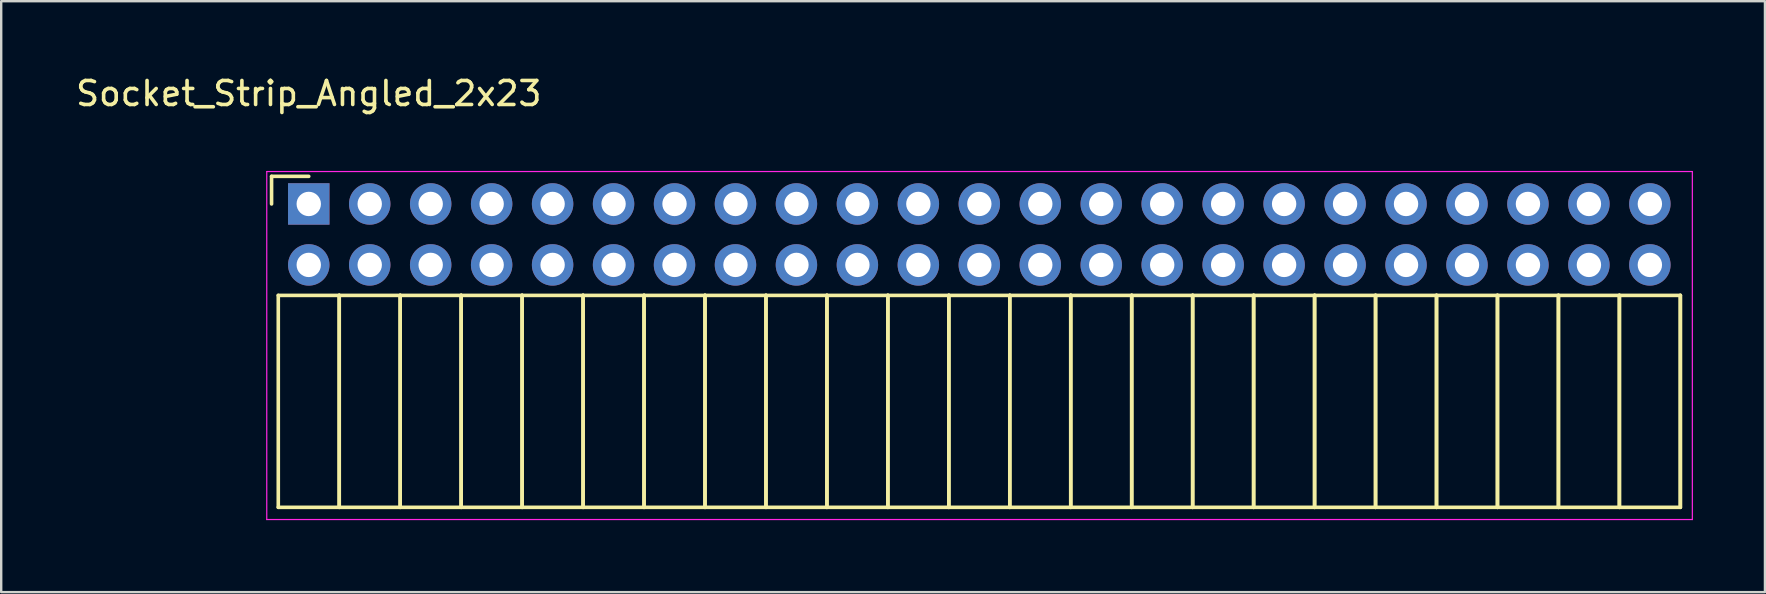
<source format=kicad_pcb>
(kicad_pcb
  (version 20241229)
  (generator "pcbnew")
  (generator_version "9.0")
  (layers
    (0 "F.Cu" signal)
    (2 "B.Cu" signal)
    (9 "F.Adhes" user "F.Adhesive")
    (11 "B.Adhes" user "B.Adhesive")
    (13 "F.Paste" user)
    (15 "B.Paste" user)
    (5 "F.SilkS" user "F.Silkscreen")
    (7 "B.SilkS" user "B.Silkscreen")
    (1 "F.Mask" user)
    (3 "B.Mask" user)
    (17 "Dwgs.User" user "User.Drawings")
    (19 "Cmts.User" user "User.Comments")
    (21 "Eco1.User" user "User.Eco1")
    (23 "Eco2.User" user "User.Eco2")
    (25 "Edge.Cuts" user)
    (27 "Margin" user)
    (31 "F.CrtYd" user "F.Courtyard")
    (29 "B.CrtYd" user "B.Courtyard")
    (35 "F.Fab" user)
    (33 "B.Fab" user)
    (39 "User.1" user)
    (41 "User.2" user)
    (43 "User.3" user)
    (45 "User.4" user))
  (footprint "Socket_Strip_Angled_2x23"
    (layer "F.Cu")
    (at 9.815 5.448)
    (property "Reference" "Socket_Strip_Angled_2x23" (at 0 -4.6 0) (layer "F.SilkS") (effects (font (size 1 1) (thickness 0.15))))
    (attr through_hole)
    (fp_line (start -1.55 -1.15) (end -1.55 0) (stroke (width 0.15) (type solid)) (layer "F.SilkS"))
    (fp_line (start -1.27 3.81) (end -1.27 12.64) (stroke (width 0.15) (type solid)) (layer "F.SilkS"))
    (fp_line (start -1.27 3.81) (end 1.27 3.81) (stroke (width 0.15) (type solid)) (layer "F.SilkS"))
    (fp_line (start -1.27 12.64) (end 1.27 12.64) (stroke (width 0.15) (type solid)) (layer "F.SilkS"))
    (fp_line (start 0 -1.15) (end -1.55 -1.15) (stroke (width 0.15) (type solid)) (layer "F.SilkS"))
    (fp_line (start 1.27 3.81) (end 1.27 12.64) (stroke (width 0.15) (type solid)) (layer "F.SilkS"))
    (fp_line (start 1.27 3.81) (end 3.81 3.81) (stroke (width 0.15) (type solid)) (layer "F.SilkS"))
    (fp_line (start 1.27 12.64) (end 1.27 3.81) (stroke (width 0.15) (type solid)) (layer "F.SilkS"))
    (fp_line (start 1.27 12.64) (end 3.81 12.64) (stroke (width 0.15) (type solid)) (layer "F.SilkS"))
    (fp_line (start 3.81 3.81) (end 3.81 12.64) (stroke (width 0.15) (type solid)) (layer "F.SilkS"))
    (fp_line (start 3.81 3.81) (end 6.35 3.81) (stroke (width 0.15) (type solid)) (layer "F.SilkS"))
    (fp_line (start 3.81 12.64) (end 3.81 3.81) (stroke (width 0.15) (type solid)) (layer "F.SilkS"))
    (fp_line (start 3.81 12.64) (end 6.35 12.64) (stroke (width 0.15) (type solid)) (layer "F.SilkS"))
    (fp_line (start 6.35 3.81) (end 6.35 12.64) (stroke (width 0.15) (type solid)) (layer "F.SilkS"))
    (fp_line (start 6.35 3.81) (end 8.89 3.81) (stroke (width 0.15) (type solid)) (layer "F.SilkS"))
    (fp_line (start 6.35 12.64) (end 6.35 3.81) (stroke (width 0.15) (type solid)) (layer "F.SilkS"))
    (fp_line (start 6.35 12.64) (end 8.89 12.64) (stroke (width 0.15) (type solid)) (layer "F.SilkS"))
    (fp_line (start 8.89 3.81) (end 8.89 12.64) (stroke (width 0.15) (type solid)) (layer "F.SilkS"))
    (fp_line (start 8.89 3.81) (end 11.43 3.81) (stroke (width 0.15) (type solid)) (layer "F.SilkS"))
    (fp_line (start 8.89 12.64) (end 8.89 3.81) (stroke (width 0.15) (type solid)) (layer "F.SilkS"))
    (fp_line (start 8.89 12.64) (end 11.43 12.64) (stroke (width 0.15) (type solid)) (layer "F.SilkS"))
    (fp_line (start 11.43 3.81) (end 11.43 12.64) (stroke (width 0.15) (type solid)) (layer "F.SilkS"))
    (fp_line (start 11.43 3.81) (end 13.97 3.81) (stroke (width 0.15) (type solid)) (layer "F.SilkS"))
    (fp_line (start 11.43 12.64) (end 11.43 3.81) (stroke (width 0.15) (type solid)) (layer "F.SilkS"))
    (fp_line (start 11.43 12.64) (end 13.97 12.64) (stroke (width 0.15) (type solid)) (layer "F.SilkS"))
    (fp_line (start 13.97 3.81) (end 13.97 12.64) (stroke (width 0.15) (type solid)) (layer "F.SilkS"))
    (fp_line (start 13.97 3.81) (end 16.51 3.81) (stroke (width 0.15) (type solid)) (layer "F.SilkS"))
    (fp_line (start 13.97 12.64) (end 13.97 3.81) (stroke (width 0.15) (type solid)) (layer "F.SilkS"))
    (fp_line (start 13.97 12.64) (end 16.51 12.64) (stroke (width 0.15) (type solid)) (layer "F.SilkS"))
    (fp_line (start 16.51 3.81) (end 16.51 12.64) (stroke (width 0.15) (type solid)) (layer "F.SilkS"))
    (fp_line (start 16.51 3.81) (end 19.05 3.81) (stroke (width 0.15) (type solid)) (layer "F.SilkS"))
    (fp_line (start 16.51 12.64) (end 16.51 3.81) (stroke (width 0.15) (type solid)) (layer "F.SilkS"))
    (fp_line (start 16.51 12.64) (end 19.05 12.64) (stroke (width 0.15) (type solid)) (layer "F.SilkS"))
    (fp_line (start 19.05 3.81) (end 19.05 12.64) (stroke (width 0.15) (type solid)) (layer "F.SilkS"))
    (fp_line (start 19.05 3.81) (end 21.59 3.81) (stroke (width 0.15) (type solid)) (layer "F.SilkS"))
    (fp_line (start 19.05 12.64) (end 19.05 3.81) (stroke (width 0.15) (type solid)) (layer "F.SilkS"))
    (fp_line (start 19.05 12.64) (end 21.59 12.64) (stroke (width 0.15) (type solid)) (layer "F.SilkS"))
    (fp_line (start 21.59 3.81) (end 21.59 12.64) (stroke (width 0.15) (type solid)) (layer "F.SilkS"))
    (fp_line (start 21.59 3.81) (end 24.13 3.81) (stroke (width 0.15) (type solid)) (layer "F.SilkS"))
    (fp_line (start 21.59 12.64) (end 21.59 3.81) (stroke (width 0.15) (type solid)) (layer "F.SilkS"))
    (fp_line (start 21.59 12.64) (end 24.13 12.64) (stroke (width 0.15) (type solid)) (layer "F.SilkS"))
    (fp_line (start 24.13 3.81) (end 24.13 12.64) (stroke (width 0.15) (type solid)) (layer "F.SilkS"))
    (fp_line (start 24.13 3.81) (end 26.67 3.81) (stroke (width 0.15) (type solid)) (layer "F.SilkS"))
    (fp_line (start 24.13 12.64) (end 24.13 3.81) (stroke (width 0.15) (type solid)) (layer "F.SilkS"))
    (fp_line (start 24.13 12.64) (end 26.67 12.64) (stroke (width 0.15) (type solid)) (layer "F.SilkS"))
    (fp_line (start 26.67 3.81) (end 26.67 12.64) (stroke (width 0.15) (type solid)) (layer "F.SilkS"))
    (fp_line (start 26.67 3.81) (end 29.21 3.81) (stroke (width 0.15) (type solid)) (layer "F.SilkS"))
    (fp_line (start 26.67 12.64) (end 26.67 3.81) (stroke (width 0.15) (type solid)) (layer "F.SilkS"))
    (fp_line (start 26.67 12.64) (end 29.21 12.64) (stroke (width 0.15) (type solid)) (layer "F.SilkS"))
    (fp_line (start 29.21 3.81) (end 29.21 12.64) (stroke (width 0.15) (type solid)) (layer "F.SilkS"))
    (fp_line (start 29.21 3.81) (end 31.75 3.81) (stroke (width 0.15) (type solid)) (layer "F.SilkS"))
    (fp_line (start 29.21 12.64) (end 29.21 3.81) (stroke (width 0.15) (type solid)) (layer "F.SilkS"))
    (fp_line (start 29.21 12.64) (end 31.75 12.64) (stroke (width 0.15) (type solid)) (layer "F.SilkS"))
    (fp_line (start 31.75 3.81) (end 31.75 12.64) (stroke (width 0.15) (type solid)) (layer "F.SilkS"))
    (fp_line (start 31.75 3.81) (end 34.29 3.81) (stroke (width 0.15) (type solid)) (layer "F.SilkS"))
    (fp_line (start 31.75 12.64) (end 31.75 3.81) (stroke (width 0.15) (type solid)) (layer "F.SilkS"))
    (fp_line (start 31.75 12.64) (end 34.29 12.64) (stroke (width 0.15) (type solid)) (layer "F.SilkS"))
    (fp_line (start 34.29 3.81) (end 34.29 12.64) (stroke (width 0.15) (type solid)) (layer "F.SilkS"))
    (fp_line (start 34.29 3.81) (end 36.83 3.81) (stroke (width 0.15) (type solid)) (layer "F.SilkS"))
    (fp_line (start 34.29 12.64) (end 34.29 3.81) (stroke (width 0.15) (type solid)) (layer "F.SilkS"))
    (fp_line (start 34.29 12.64) (end 36.83 12.64) (stroke (width 0.15) (type solid)) (layer "F.SilkS"))
    (fp_line (start 36.83 3.81) (end 36.83 12.64) (stroke (width 0.15) (type solid)) (layer "F.SilkS"))
    (fp_line (start 36.83 3.81) (end 39.37 3.81) (stroke (width 0.15) (type solid)) (layer "F.SilkS"))
    (fp_line (start 36.83 12.64) (end 36.83 3.81) (stroke (width 0.15) (type solid)) (layer "F.SilkS"))
    (fp_line (start 36.83 12.64) (end 39.37 12.64) (stroke (width 0.15) (type solid)) (layer "F.SilkS"))
    (fp_line (start 39.37 3.81) (end 39.37 12.64) (stroke (width 0.15) (type solid)) (layer "F.SilkS"))
    (fp_line (start 39.37 3.81) (end 41.91 3.81) (stroke (width 0.15) (type solid)) (layer "F.SilkS"))
    (fp_line (start 39.37 12.64) (end 39.37 3.81) (stroke (width 0.15) (type solid)) (layer "F.SilkS"))
    (fp_line (start 39.37 12.64) (end 41.91 12.64) (stroke (width 0.15) (type solid)) (layer "F.SilkS"))
    (fp_line (start 41.91 3.81) (end 41.91 12.64) (stroke (width 0.15) (type solid)) (layer "F.SilkS"))
    (fp_line (start 41.91 3.81) (end 44.45 3.81) (stroke (width 0.15) (type solid)) (layer "F.SilkS"))
    (fp_line (start 41.91 12.64) (end 41.91 3.81) (stroke (width 0.15) (type solid)) (layer "F.SilkS"))
    (fp_line (start 41.91 12.64) (end 44.45 12.64) (stroke (width 0.15) (type solid)) (layer "F.SilkS"))
    (fp_line (start 44.45 3.81) (end 44.45 12.64) (stroke (width 0.15) (type solid)) (layer "F.SilkS"))
    (fp_line (start 44.45 3.81) (end 46.99 3.81) (stroke (width 0.15) (type solid)) (layer "F.SilkS"))
    (fp_line (start 44.45 12.64) (end 44.45 3.81) (stroke (width 0.15) (type solid)) (layer "F.SilkS"))
    (fp_line (start 44.45 12.64) (end 46.99 12.64) (stroke (width 0.15) (type solid)) (layer "F.SilkS"))
    (fp_line (start 46.99 3.81) (end 46.99 12.64) (stroke (width 0.15) (type solid)) (layer "F.SilkS"))
    (fp_line (start 46.99 3.81) (end 49.53 3.81) (stroke (width 0.15) (type solid)) (layer "F.SilkS"))
    (fp_line (start 46.99 12.64) (end 46.99 3.81) (stroke (width 0.15) (type solid)) (layer "F.SilkS"))
    (fp_line (start 46.99 12.64) (end 49.53 12.64) (stroke (width 0.15) (type solid)) (layer "F.SilkS"))
    (fp_line (start 49.53 3.81) (end 49.53 12.64) (stroke (width 0.15) (type solid)) (layer "F.SilkS"))
    (fp_line (start 49.53 3.81) (end 52.07 3.81) (stroke (width 0.15) (type solid)) (layer "F.SilkS"))
    (fp_line (start 49.53 12.64) (end 49.53 3.81) (stroke (width 0.15) (type solid)) (layer "F.SilkS"))
    (fp_line (start 49.53 12.64) (end 52.07 12.64) (stroke (width 0.15) (type solid)) (layer "F.SilkS"))
    (fp_line (start 52.07 3.81) (end 52.07 12.64) (stroke (width 0.15) (type solid)) (layer "F.SilkS"))
    (fp_line (start 52.07 3.81) (end 54.61 3.81) (stroke (width 0.15) (type solid)) (layer "F.SilkS"))
    (fp_line (start 52.07 12.64) (end 52.07 3.81) (stroke (width 0.15) (type solid)) (layer "F.SilkS"))
    (fp_line (start 52.07 12.64) (end 54.61 12.64) (stroke (width 0.15) (type solid)) (layer "F.SilkS"))
    (fp_line (start 54.61 3.81) (end 54.61 12.64) (stroke (width 0.15) (type solid)) (layer "F.SilkS"))
    (fp_line (start 54.61 3.81) (end 57.15 3.81) (stroke (width 0.15) (type solid)) (layer "F.SilkS"))
    (fp_line (start 54.61 12.64) (end 54.61 3.81) (stroke (width 0.15) (type solid)) (layer "F.SilkS"))
    (fp_line (start 54.61 12.64) (end 57.15 12.64) (stroke (width 0.15) (type solid)) (layer "F.SilkS"))
    (fp_line (start 57.15 3.81) (end 57.15 12.64) (stroke (width 0.15) (type solid)) (layer "F.SilkS"))
    (fp_line (start 57.15 12.64) (end 57.15 3.81) (stroke (width 0.15) (type solid)) (layer "F.SilkS"))
    (fp_line (start -1.75 -1.35) (end -1.75 13.15) (stroke (width 0.05) (type solid)) (layer "F.CrtYd"))
    (fp_line (start -1.75 -1.35) (end 57.65 -1.35) (stroke (width 0.05) (type solid)) (layer "F.CrtYd"))
    (fp_line (start -1.75 13.15) (end 57.65 13.15) (stroke (width 0.05) (type solid)) (layer "F.CrtYd"))
    (fp_line (start 57.65 -1.35) (end 57.65 13.15) (stroke (width 0.05) (type solid)) (layer "F.CrtYd"))
    (pad "1" thru_hole rect (at 0 0) (size 1.727 1.727) (drill 1.016) (layers "*.Cu" "*.Mask"))
    (pad "2" thru_hole oval (at 0 2.54) (size 1.727 1.727) (drill 1.016) (layers "*.Cu" "*.Mask"))
    (pad "3" thru_hole oval (at 2.54 0) (size 1.727 1.727) (drill 1.016) (layers "*.Cu" "*.Mask"))
    (pad "4" thru_hole oval (at 2.54 2.54) (size 1.727 1.727) (drill 1.016) (layers "*.Cu" "*.Mask"))
    (pad "5" thru_hole oval (at 5.08 0) (size 1.727 1.727) (drill 1.016) (layers "*.Cu" "*.Mask"))
    (pad "6" thru_hole oval (at 5.08 2.54) (size 1.727 1.727) (drill 1.016) (layers "*.Cu" "*.Mask"))
    (pad "7" thru_hole oval (at 7.62 0) (size 1.727 1.727) (drill 1.016) (layers "*.Cu" "*.Mask"))
    (pad "8" thru_hole oval (at 7.62 2.54) (size 1.727 1.727) (drill 1.016) (layers "*.Cu" "*.Mask"))
    (pad "9" thru_hole oval (at 10.16 0) (size 1.727 1.727) (drill 1.016) (layers "*.Cu" "*.Mask"))
    (pad "10" thru_hole oval (at 10.16 2.54) (size 1.727 1.727) (drill 1.016) (layers "*.Cu" "*.Mask"))
    (pad "11" thru_hole oval (at 12.7 0) (size 1.727 1.727) (drill 1.016) (layers "*.Cu" "*.Mask"))
    (pad "12" thru_hole oval (at 12.7 2.54) (size 1.727 1.727) (drill 1.016) (layers "*.Cu" "*.Mask"))
    (pad "13" thru_hole oval (at 15.24 0) (size 1.727 1.727) (drill 1.016) (layers "*.Cu" "*.Mask"))
    (pad "14" thru_hole oval (at 15.24 2.54) (size 1.727 1.727) (drill 1.016) (layers "*.Cu" "*.Mask"))
    (pad "15" thru_hole oval (at 17.78 0) (size 1.727 1.727) (drill 1.016) (layers "*.Cu" "*.Mask"))
    (pad "16" thru_hole oval (at 17.78 2.54) (size 1.727 1.727) (drill 1.016) (layers "*.Cu" "*.Mask"))
    (pad "17" thru_hole oval (at 20.32 0) (size 1.727 1.727) (drill 1.016) (layers "*.Cu" "*.Mask"))
    (pad "18" thru_hole oval (at 20.32 2.54) (size 1.727 1.727) (drill 1.016) (layers "*.Cu" "*.Mask"))
    (pad "19" thru_hole oval (at 22.86 0) (size 1.727 1.727) (drill 1.016) (layers "*.Cu" "*.Mask"))
    (pad "20" thru_hole oval (at 22.86 2.54) (size 1.727 1.727) (drill 1.016) (layers "*.Cu" "*.Mask"))
    (pad "21" thru_hole oval (at 25.4 0) (size 1.727 1.727) (drill 1.016) (layers "*.Cu" "*.Mask"))
    (pad "22" thru_hole oval (at 25.4 2.54) (size 1.727 1.727) (drill 1.016) (layers "*.Cu" "*.Mask"))
    (pad "23" thru_hole oval (at 27.94 0) (size 1.727 1.727) (drill 1.016) (layers "*.Cu" "*.Mask"))
    (pad "24" thru_hole oval (at 27.94 2.54) (size 1.727 1.727) (drill 1.016) (layers "*.Cu" "*.Mask"))
    (pad "25" thru_hole oval (at 30.48 0) (size 1.727 1.727) (drill 1.016) (layers "*.Cu" "*.Mask"))
    (pad "26" thru_hole oval (at 30.48 2.54) (size 1.727 1.727) (drill 1.016) (layers "*.Cu" "*.Mask"))
    (pad "27" thru_hole oval (at 33.02 0) (size 1.727 1.727) (drill 1.016) (layers "*.Cu" "*.Mask"))
    (pad "28" thru_hole oval (at 33.02 2.54) (size 1.727 1.727) (drill 1.016) (layers "*.Cu" "*.Mask"))
    (pad "29" thru_hole oval (at 35.56 0) (size 1.727 1.727) (drill 1.016) (layers "*.Cu" "*.Mask"))
    (pad "30" thru_hole oval (at 35.56 2.54) (size 1.727 1.727) (drill 1.016) (layers "*.Cu" "*.Mask"))
    (pad "31" thru_hole oval (at 38.1 0) (size 1.727 1.727) (drill 1.016) (layers "*.Cu" "*.Mask"))
    (pad "32" thru_hole oval (at 38.1 2.54) (size 1.727 1.727) (drill 1.016) (layers "*.Cu" "*.Mask"))
    (pad "33" thru_hole oval (at 40.64 0) (size 1.727 1.727) (drill 1.016) (layers "*.Cu" "*.Mask"))
    (pad "34" thru_hole oval (at 40.64 2.54) (size 1.727 1.727) (drill 1.016) (layers "*.Cu" "*.Mask"))
    (pad "35" thru_hole oval (at 43.18 0) (size 1.727 1.727) (drill 1.016) (layers "*.Cu" "*.Mask"))
    (pad "36" thru_hole oval (at 43.18 2.54) (size 1.727 1.727) (drill 1.016) (layers "*.Cu" "*.Mask"))
    (pad "37" thru_hole oval (at 45.72 0) (size 1.727 1.727) (drill 1.016) (layers "*.Cu" "*.Mask"))
    (pad "38" thru_hole oval (at 45.72 2.54) (size 1.727 1.727) (drill 1.016) (layers "*.Cu" "*.Mask"))
    (pad "39" thru_hole oval (at 48.26 0) (size 1.727 1.727) (drill 1.016) (layers "*.Cu" "*.Mask"))
    (pad "40" thru_hole oval (at 48.26 2.54) (size 1.727 1.727) (drill 1.016) (layers "*.Cu" "*.Mask"))
    (pad "41" thru_hole oval (at 50.8 0) (size 1.727 1.727) (drill 1.016) (layers "*.Cu" "*.Mask"))
    (pad "42" thru_hole oval (at 50.8 2.54) (size 1.727 1.727) (drill 1.016) (layers "*.Cu" "*.Mask"))
    (pad "43" thru_hole oval (at 53.34 0) (size 1.727 1.727) (drill 1.016) (layers "*.Cu" "*.Mask"))
    (pad "44" thru_hole oval (at 53.34 2.54) (size 1.727 1.727) (drill 1.016) (layers "*.Cu" "*.Mask"))
    (pad "45" thru_hole oval (at 55.88 0) (size 1.727 1.727) (drill 1.016) (layers "*.Cu" "*.Mask"))
    (pad "46" thru_hole oval (at 55.88 2.54) (size 1.727 1.727) (drill 1.016) (layers "*.Cu" "*.Mask")))
  (gr_rect
    (start -3 -3)
    (end 70.49 21.623)
    (stroke (width 0.1) (type default))
    (fill no)
    (layer "Edge.Cuts")))
</source>
